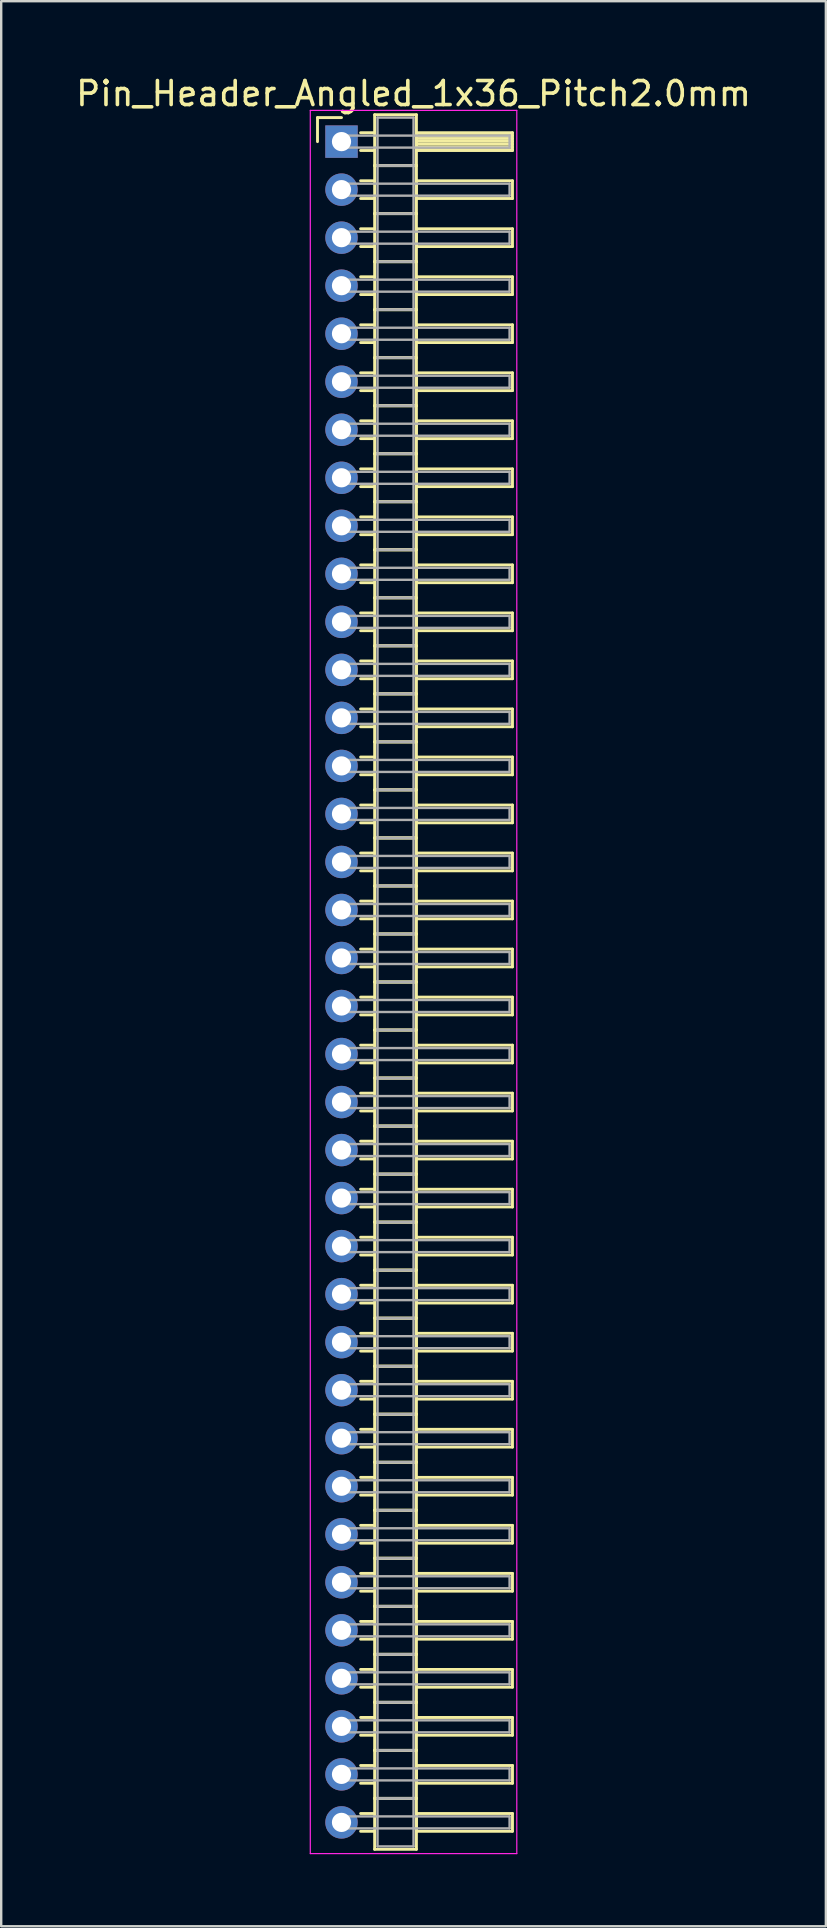
<source format=kicad_pcb>
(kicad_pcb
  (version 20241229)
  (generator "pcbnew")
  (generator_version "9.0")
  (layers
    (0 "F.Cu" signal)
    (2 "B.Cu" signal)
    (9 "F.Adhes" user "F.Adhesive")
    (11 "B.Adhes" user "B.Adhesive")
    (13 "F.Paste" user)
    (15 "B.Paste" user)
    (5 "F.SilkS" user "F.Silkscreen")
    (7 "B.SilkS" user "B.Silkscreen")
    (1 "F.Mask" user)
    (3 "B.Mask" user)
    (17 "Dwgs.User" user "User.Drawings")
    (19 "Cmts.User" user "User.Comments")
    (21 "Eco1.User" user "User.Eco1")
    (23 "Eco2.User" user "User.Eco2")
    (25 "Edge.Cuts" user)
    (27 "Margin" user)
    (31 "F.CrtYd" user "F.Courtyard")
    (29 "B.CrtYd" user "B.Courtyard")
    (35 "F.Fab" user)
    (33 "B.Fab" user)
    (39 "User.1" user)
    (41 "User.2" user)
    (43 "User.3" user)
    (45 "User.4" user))
  (footprint "Pin_Header_Angled_1x36_Pitch2.0mm"
    (layer "F.Cu")
    (at 11.173 2.848)
    (property "Reference" "Pin_Header_Angled_1x36_Pitch2.0mm" (at 3 -2 0) (layer "F.SilkS") (effects (font (size 1 1) (thickness 0.15))))
    (attr through_hole)
    (fp_line (start -1 -1) (end 0 -1) (stroke (width 0.12) (type solid)) (layer "F.SilkS"))
    (fp_line (start -1 0) (end -1 -1) (stroke (width 0.12) (type solid)) (layer "F.SilkS"))
    (fp_line (start 0.795 -0.37) (end 1.38 -0.37) (stroke (width 0.12) (type solid)) (layer "F.SilkS"))
    (fp_line (start 0.795 0.37) (end 1.38 0.37) (stroke (width 0.12) (type solid)) (layer "F.SilkS"))
    (fp_line (start 0.795 1.63) (end 1.38 1.63) (stroke (width 0.12) (type solid)) (layer "F.SilkS"))
    (fp_line (start 0.795 2.37) (end 1.38 2.37) (stroke (width 0.12) (type solid)) (layer "F.SilkS"))
    (fp_line (start 0.795 3.63) (end 1.38 3.63) (stroke (width 0.12) (type solid)) (layer "F.SilkS"))
    (fp_line (start 0.795 4.37) (end 1.38 4.37) (stroke (width 0.12) (type solid)) (layer "F.SilkS"))
    (fp_line (start 0.795 5.63) (end 1.38 5.63) (stroke (width 0.12) (type solid)) (layer "F.SilkS"))
    (fp_line (start 0.795 6.37) (end 1.38 6.37) (stroke (width 0.12) (type solid)) (layer "F.SilkS"))
    (fp_line (start 0.795 7.63) (end 1.38 7.63) (stroke (width 0.12) (type solid)) (layer "F.SilkS"))
    (fp_line (start 0.795 8.37) (end 1.38 8.37) (stroke (width 0.12) (type solid)) (layer "F.SilkS"))
    (fp_line (start 0.795 9.63) (end 1.38 9.63) (stroke (width 0.12) (type solid)) (layer "F.SilkS"))
    (fp_line (start 0.795 10.37) (end 1.38 10.37) (stroke (width 0.12) (type solid)) (layer "F.SilkS"))
    (fp_line (start 0.795 11.63) (end 1.38 11.63) (stroke (width 0.12) (type solid)) (layer "F.SilkS"))
    (fp_line (start 0.795 12.37) (end 1.38 12.37) (stroke (width 0.12) (type solid)) (layer "F.SilkS"))
    (fp_line (start 0.795 13.63) (end 1.38 13.63) (stroke (width 0.12) (type solid)) (layer "F.SilkS"))
    (fp_line (start 0.795 14.37) (end 1.38 14.37) (stroke (width 0.12) (type solid)) (layer "F.SilkS"))
    (fp_line (start 0.795 15.63) (end 1.38 15.63) (stroke (width 0.12) (type solid)) (layer "F.SilkS"))
    (fp_line (start 0.795 16.37) (end 1.38 16.37) (stroke (width 0.12) (type solid)) (layer "F.SilkS"))
    (fp_line (start 0.795 17.63) (end 1.38 17.63) (stroke (width 0.12) (type solid)) (layer "F.SilkS"))
    (fp_line (start 0.795 18.37) (end 1.38 18.37) (stroke (width 0.12) (type solid)) (layer "F.SilkS"))
    (fp_line (start 0.795 19.63) (end 1.38 19.63) (stroke (width 0.12) (type solid)) (layer "F.SilkS"))
    (fp_line (start 0.795 20.37) (end 1.38 20.37) (stroke (width 0.12) (type solid)) (layer "F.SilkS"))
    (fp_line (start 0.795 21.63) (end 1.38 21.63) (stroke (width 0.12) (type solid)) (layer "F.SilkS"))
    (fp_line (start 0.795 22.37) (end 1.38 22.37) (stroke (width 0.12) (type solid)) (layer "F.SilkS"))
    (fp_line (start 0.795 23.63) (end 1.38 23.63) (stroke (width 0.12) (type solid)) (layer "F.SilkS"))
    (fp_line (start 0.795 24.37) (end 1.38 24.37) (stroke (width 0.12) (type solid)) (layer "F.SilkS"))
    (fp_line (start 0.795 25.63) (end 1.38 25.63) (stroke (width 0.12) (type solid)) (layer "F.SilkS"))
    (fp_line (start 0.795 26.37) (end 1.38 26.37) (stroke (width 0.12) (type solid)) (layer "F.SilkS"))
    (fp_line (start 0.795 27.63) (end 1.38 27.63) (stroke (width 0.12) (type solid)) (layer "F.SilkS"))
    (fp_line (start 0.795 28.37) (end 1.38 28.37) (stroke (width 0.12) (type solid)) (layer "F.SilkS"))
    (fp_line (start 0.795 29.63) (end 1.38 29.63) (stroke (width 0.12) (type solid)) (layer "F.SilkS"))
    (fp_line (start 0.795 30.37) (end 1.38 30.37) (stroke (width 0.12) (type solid)) (layer "F.SilkS"))
    (fp_line (start 0.795 31.63) (end 1.38 31.63) (stroke (width 0.12) (type solid)) (layer "F.SilkS"))
    (fp_line (start 0.795 32.37) (end 1.38 32.37) (stroke (width 0.12) (type solid)) (layer "F.SilkS"))
    (fp_line (start 0.795 33.63) (end 1.38 33.63) (stroke (width 0.12) (type solid)) (layer "F.SilkS"))
    (fp_line (start 0.795 34.37) (end 1.38 34.37) (stroke (width 0.12) (type solid)) (layer "F.SilkS"))
    (fp_line (start 0.795 35.63) (end 1.38 35.63) (stroke (width 0.12) (type solid)) (layer "F.SilkS"))
    (fp_line (start 0.795 36.37) (end 1.38 36.37) (stroke (width 0.12) (type solid)) (layer "F.SilkS"))
    (fp_line (start 0.795 37.63) (end 1.38 37.63) (stroke (width 0.12) (type solid)) (layer "F.SilkS"))
    (fp_line (start 0.795 38.37) (end 1.38 38.37) (stroke (width 0.12) (type solid)) (layer "F.SilkS"))
    (fp_line (start 0.795 39.63) (end 1.38 39.63) (stroke (width 0.12) (type solid)) (layer "F.SilkS"))
    (fp_line (start 0.795 40.37) (end 1.38 40.37) (stroke (width 0.12) (type solid)) (layer "F.SilkS"))
    (fp_line (start 0.795 41.63) (end 1.38 41.63) (stroke (width 0.12) (type solid)) (layer "F.SilkS"))
    (fp_line (start 0.795 42.37) (end 1.38 42.37) (stroke (width 0.12) (type solid)) (layer "F.SilkS"))
    (fp_line (start 0.795 43.63) (end 1.38 43.63) (stroke (width 0.12) (type solid)) (layer "F.SilkS"))
    (fp_line (start 0.795 44.37) (end 1.38 44.37) (stroke (width 0.12) (type solid)) (layer "F.SilkS"))
    (fp_line (start 0.795 45.63) (end 1.38 45.63) (stroke (width 0.12) (type solid)) (layer "F.SilkS"))
    (fp_line (start 0.795 46.37) (end 1.38 46.37) (stroke (width 0.12) (type solid)) (layer "F.SilkS"))
    (fp_line (start 0.795 47.63) (end 1.38 47.63) (stroke (width 0.12) (type solid)) (layer "F.SilkS"))
    (fp_line (start 0.795 48.37) (end 1.38 48.37) (stroke (width 0.12) (type solid)) (layer "F.SilkS"))
    (fp_line (start 0.795 49.63) (end 1.38 49.63) (stroke (width 0.12) (type solid)) (layer "F.SilkS"))
    (fp_line (start 0.795 50.37) (end 1.38 50.37) (stroke (width 0.12) (type solid)) (layer "F.SilkS"))
    (fp_line (start 0.795 51.63) (end 1.38 51.63) (stroke (width 0.12) (type solid)) (layer "F.SilkS"))
    (fp_line (start 0.795 52.37) (end 1.38 52.37) (stroke (width 0.12) (type solid)) (layer "F.SilkS"))
    (fp_line (start 0.795 53.63) (end 1.38 53.63) (stroke (width 0.12) (type solid)) (layer "F.SilkS"))
    (fp_line (start 0.795 54.37) (end 1.38 54.37) (stroke (width 0.12) (type solid)) (layer "F.SilkS"))
    (fp_line (start 0.795 55.63) (end 1.38 55.63) (stroke (width 0.12) (type solid)) (layer "F.SilkS"))
    (fp_line (start 0.795 56.37) (end 1.38 56.37) (stroke (width 0.12) (type solid)) (layer "F.SilkS"))
    (fp_line (start 0.795 57.63) (end 1.38 57.63) (stroke (width 0.12) (type solid)) (layer "F.SilkS"))
    (fp_line (start 0.795 58.37) (end 1.38 58.37) (stroke (width 0.12) (type solid)) (layer "F.SilkS"))
    (fp_line (start 0.795 59.63) (end 1.38 59.63) (stroke (width 0.12) (type solid)) (layer "F.SilkS"))
    (fp_line (start 0.795 60.37) (end 1.38 60.37) (stroke (width 0.12) (type solid)) (layer "F.SilkS"))
    (fp_line (start 0.795 61.63) (end 1.38 61.63) (stroke (width 0.12) (type solid)) (layer "F.SilkS"))
    (fp_line (start 0.795 62.37) (end 1.38 62.37) (stroke (width 0.12) (type solid)) (layer "F.SilkS"))
    (fp_line (start 0.795 63.63) (end 1.38 63.63) (stroke (width 0.12) (type solid)) (layer "F.SilkS"))
    (fp_line (start 0.795 64.37) (end 1.38 64.37) (stroke (width 0.12) (type solid)) (layer "F.SilkS"))
    (fp_line (start 0.795 65.63) (end 1.38 65.63) (stroke (width 0.12) (type solid)) (layer "F.SilkS"))
    (fp_line (start 0.795 66.37) (end 1.38 66.37) (stroke (width 0.12) (type solid)) (layer "F.SilkS"))
    (fp_line (start 0.795 67.63) (end 1.38 67.63) (stroke (width 0.12) (type solid)) (layer "F.SilkS"))
    (fp_line (start 0.795 68.37) (end 1.38 68.37) (stroke (width 0.12) (type solid)) (layer "F.SilkS"))
    (fp_line (start 0.795 69.63) (end 1.38 69.63) (stroke (width 0.12) (type solid)) (layer "F.SilkS"))
    (fp_line (start 0.795 70.37) (end 1.38 70.37) (stroke (width 0.12) (type solid)) (layer "F.SilkS"))
    (fp_line (start 1.38 -1.12) (end 1.38 1) (stroke (width 0.12) (type solid)) (layer "F.SilkS"))
    (fp_line (start 1.38 1) (end 1.38 3) (stroke (width 0.12) (type solid)) (layer "F.SilkS"))
    (fp_line (start 1.38 1) (end 3.12 1) (stroke (width 0.12) (type solid)) (layer "F.SilkS"))
    (fp_line (start 1.38 3) (end 1.38 5) (stroke (width 0.12) (type solid)) (layer "F.SilkS"))
    (fp_line (start 1.38 3) (end 3.12 3) (stroke (width 0.12) (type solid)) (layer "F.SilkS"))
    (fp_line (start 1.38 5) (end 1.38 7) (stroke (width 0.12) (type solid)) (layer "F.SilkS"))
    (fp_line (start 1.38 5) (end 3.12 5) (stroke (width 0.12) (type solid)) (layer "F.SilkS"))
    (fp_line (start 1.38 7) (end 1.38 9) (stroke (width 0.12) (type solid)) (layer "F.SilkS"))
    (fp_line (start 1.38 7) (end 3.12 7) (stroke (width 0.12) (type solid)) (layer "F.SilkS"))
    (fp_line (start 1.38 9) (end 1.38 11) (stroke (width 0.12) (type solid)) (layer "F.SilkS"))
    (fp_line (start 1.38 9) (end 3.12 9) (stroke (width 0.12) (type solid)) (layer "F.SilkS"))
    (fp_line (start 1.38 11) (end 1.38 13) (stroke (width 0.12) (type solid)) (layer "F.SilkS"))
    (fp_line (start 1.38 11) (end 3.12 11) (stroke (width 0.12) (type solid)) (layer "F.SilkS"))
    (fp_line (start 1.38 13) (end 1.38 15) (stroke (width 0.12) (type solid)) (layer "F.SilkS"))
    (fp_line (start 1.38 13) (end 3.12 13) (stroke (width 0.12) (type solid)) (layer "F.SilkS"))
    (fp_line (start 1.38 15) (end 1.38 17) (stroke (width 0.12) (type solid)) (layer "F.SilkS"))
    (fp_line (start 1.38 15) (end 3.12 15) (stroke (width 0.12) (type solid)) (layer "F.SilkS"))
    (fp_line (start 1.38 17) (end 1.38 19) (stroke (width 0.12) (type solid)) (layer "F.SilkS"))
    (fp_line (start 1.38 17) (end 3.12 17) (stroke (width 0.12) (type solid)) (layer "F.SilkS"))
    (fp_line (start 1.38 19) (end 1.38 21) (stroke (width 0.12) (type solid)) (layer "F.SilkS"))
    (fp_line (start 1.38 19) (end 3.12 19) (stroke (width 0.12) (type solid)) (layer "F.SilkS"))
    (fp_line (start 1.38 21) (end 1.38 23) (stroke (width 0.12) (type solid)) (layer "F.SilkS"))
    (fp_line (start 1.38 21) (end 3.12 21) (stroke (width 0.12) (type solid)) (layer "F.SilkS"))
    (fp_line (start 1.38 23) (end 1.38 25) (stroke (width 0.12) (type solid)) (layer "F.SilkS"))
    (fp_line (start 1.38 23) (end 3.12 23) (stroke (width 0.12) (type solid)) (layer "F.SilkS"))
    (fp_line (start 1.38 25) (end 1.38 27) (stroke (width 0.12) (type solid)) (layer "F.SilkS"))
    (fp_line (start 1.38 25) (end 3.12 25) (stroke (width 0.12) (type solid)) (layer "F.SilkS"))
    (fp_line (start 1.38 27) (end 1.38 29) (stroke (width 0.12) (type solid)) (layer "F.SilkS"))
    (fp_line (start 1.38 27) (end 3.12 27) (stroke (width 0.12) (type solid)) (layer "F.SilkS"))
    (fp_line (start 1.38 29) (end 1.38 31) (stroke (width 0.12) (type solid)) (layer "F.SilkS"))
    (fp_line (start 1.38 29) (end 3.12 29) (stroke (width 0.12) (type solid)) (layer "F.SilkS"))
    (fp_line (start 1.38 31) (end 1.38 33) (stroke (width 0.12) (type solid)) (layer "F.SilkS"))
    (fp_line (start 1.38 31) (end 3.12 31) (stroke (width 0.12) (type solid)) (layer "F.SilkS"))
    (fp_line (start 1.38 33) (end 1.38 35) (stroke (width 0.12) (type solid)) (layer "F.SilkS"))
    (fp_line (start 1.38 33) (end 3.12 33) (stroke (width 0.12) (type solid)) (layer "F.SilkS"))
    (fp_line (start 1.38 35) (end 1.38 37) (stroke (width 0.12) (type solid)) (layer "F.SilkS"))
    (fp_line (start 1.38 35) (end 3.12 35) (stroke (width 0.12) (type solid)) (layer "F.SilkS"))
    (fp_line (start 1.38 37) (end 1.38 39) (stroke (width 0.12) (type solid)) (layer "F.SilkS"))
    (fp_line (start 1.38 37) (end 3.12 37) (stroke (width 0.12) (type solid)) (layer "F.SilkS"))
    (fp_line (start 1.38 39) (end 1.38 41) (stroke (width 0.12) (type solid)) (layer "F.SilkS"))
    (fp_line (start 1.38 39) (end 3.12 39) (stroke (width 0.12) (type solid)) (layer "F.SilkS"))
    (fp_line (start 1.38 41) (end 1.38 43) (stroke (width 0.12) (type solid)) (layer "F.SilkS"))
    (fp_line (start 1.38 41) (end 3.12 41) (stroke (width 0.12) (type solid)) (layer "F.SilkS"))
    (fp_line (start 1.38 43) (end 1.38 45) (stroke (width 0.12) (type solid)) (layer "F.SilkS"))
    (fp_line (start 1.38 43) (end 3.12 43) (stroke (width 0.12) (type solid)) (layer "F.SilkS"))
    (fp_line (start 1.38 45) (end 1.38 47) (stroke (width 0.12) (type solid)) (layer "F.SilkS"))
    (fp_line (start 1.38 45) (end 3.12 45) (stroke (width 0.12) (type solid)) (layer "F.SilkS"))
    (fp_line (start 1.38 47) (end 1.38 49) (stroke (width 0.12) (type solid)) (layer "F.SilkS"))
    (fp_line (start 1.38 47) (end 3.12 47) (stroke (width 0.12) (type solid)) (layer "F.SilkS"))
    (fp_line (start 1.38 49) (end 1.38 51) (stroke (width 0.12) (type solid)) (layer "F.SilkS"))
    (fp_line (start 1.38 49) (end 3.12 49) (stroke (width 0.12) (type solid)) (layer "F.SilkS"))
    (fp_line (start 1.38 51) (end 1.38 53) (stroke (width 0.12) (type solid)) (layer "F.SilkS"))
    (fp_line (start 1.38 51) (end 3.12 51) (stroke (width 0.12) (type solid)) (layer "F.SilkS"))
    (fp_line (start 1.38 53) (end 1.38 55) (stroke (width 0.12) (type solid)) (layer "F.SilkS"))
    (fp_line (start 1.38 53) (end 3.12 53) (stroke (width 0.12) (type solid)) (layer "F.SilkS"))
    (fp_line (start 1.38 55) (end 1.38 57) (stroke (width 0.12) (type solid)) (layer "F.SilkS"))
    (fp_line (start 1.38 55) (end 3.12 55) (stroke (width 0.12) (type solid)) (layer "F.SilkS"))
    (fp_line (start 1.38 57) (end 1.38 59) (stroke (width 0.12) (type solid)) (layer "F.SilkS"))
    (fp_line (start 1.38 57) (end 3.12 57) (stroke (width 0.12) (type solid)) (layer "F.SilkS"))
    (fp_line (start 1.38 59) (end 1.38 61) (stroke (width 0.12) (type solid)) (layer "F.SilkS"))
    (fp_line (start 1.38 59) (end 3.12 59) (stroke (width 0.12) (type solid)) (layer "F.SilkS"))
    (fp_line (start 1.38 61) (end 1.38 63) (stroke (width 0.12) (type solid)) (layer "F.SilkS"))
    (fp_line (start 1.38 61) (end 3.12 61) (stroke (width 0.12) (type solid)) (layer "F.SilkS"))
    (fp_line (start 1.38 63) (end 1.38 65) (stroke (width 0.12) (type solid)) (layer "F.SilkS"))
    (fp_line (start 1.38 63) (end 3.12 63) (stroke (width 0.12) (type solid)) (layer "F.SilkS"))
    (fp_line (start 1.38 65) (end 1.38 67) (stroke (width 0.12) (type solid)) (layer "F.SilkS"))
    (fp_line (start 1.38 65) (end 3.12 65) (stroke (width 0.12) (type solid)) (layer "F.SilkS"))
    (fp_line (start 1.38 67) (end 1.38 69) (stroke (width 0.12) (type solid)) (layer "F.SilkS"))
    (fp_line (start 1.38 67) (end 3.12 67) (stroke (width 0.12) (type solid)) (layer "F.SilkS"))
    (fp_line (start 1.38 69) (end 1.38 71.12) (stroke (width 0.12) (type solid)) (layer "F.SilkS"))
    (fp_line (start 1.38 69) (end 3.12 69) (stroke (width 0.12) (type solid)) (layer "F.SilkS"))
    (fp_line (start 1.38 71.12) (end 3.12 71.12) (stroke (width 0.12) (type solid)) (layer "F.SilkS"))
    (fp_line (start 3.12 -1.12) (end 1.38 -1.12) (stroke (width 0.12) (type solid)) (layer "F.SilkS"))
    (fp_line (start 3.12 -0.37) (end 3.12 0.37) (stroke (width 0.12) (type solid)) (layer "F.SilkS"))
    (fp_line (start 3.12 -0.25) (end 7.12 -0.25) (stroke (width 0.12) (type solid)) (layer "F.SilkS"))
    (fp_line (start 3.12 -0.13) (end 7.12 -0.13) (stroke (width 0.12) (type solid)) (layer "F.SilkS"))
    (fp_line (start 3.12 -0.01) (end 7.12 -0.01) (stroke (width 0.12) (type solid)) (layer "F.SilkS"))
    (fp_line (start 3.12 0.11) (end 7.12 0.11) (stroke (width 0.12) (type solid)) (layer "F.SilkS"))
    (fp_line (start 3.12 0.23) (end 7.12 0.23) (stroke (width 0.12) (type solid)) (layer "F.SilkS"))
    (fp_line (start 3.12 0.35) (end 7.12 0.35) (stroke (width 0.12) (type solid)) (layer "F.SilkS"))
    (fp_line (start 3.12 0.37) (end 7.12 0.37) (stroke (width 0.12) (type solid)) (layer "F.SilkS"))
    (fp_line (start 3.12 1) (end 1.38 1) (stroke (width 0.12) (type solid)) (layer "F.SilkS"))
    (fp_line (start 3.12 1) (end 3.12 -1.12) (stroke (width 0.12) (type solid)) (layer "F.SilkS"))
    (fp_line (start 3.12 1.63) (end 3.12 2.37) (stroke (width 0.12) (type solid)) (layer "F.SilkS"))
    (fp_line (start 3.12 2.37) (end 7.12 2.37) (stroke (width 0.12) (type solid)) (layer "F.SilkS"))
    (fp_line (start 3.12 3) (end 1.38 3) (stroke (width 0.12) (type solid)) (layer "F.SilkS"))
    (fp_line (start 3.12 3) (end 3.12 1) (stroke (width 0.12) (type solid)) (layer "F.SilkS"))
    (fp_line (start 3.12 3.63) (end 3.12 4.37) (stroke (width 0.12) (type solid)) (layer "F.SilkS"))
    (fp_line (start 3.12 4.37) (end 7.12 4.37) (stroke (width 0.12) (type solid)) (layer "F.SilkS"))
    (fp_line (start 3.12 5) (end 1.38 5) (stroke (width 0.12) (type solid)) (layer "F.SilkS"))
    (fp_line (start 3.12 5) (end 3.12 3) (stroke (width 0.12) (type solid)) (layer "F.SilkS"))
    (fp_line (start 3.12 5.63) (end 3.12 6.37) (stroke (width 0.12) (type solid)) (layer "F.SilkS"))
    (fp_line (start 3.12 6.37) (end 7.12 6.37) (stroke (width 0.12) (type solid)) (layer "F.SilkS"))
    (fp_line (start 3.12 7) (end 1.38 7) (stroke (width 0.12) (type solid)) (layer "F.SilkS"))
    (fp_line (start 3.12 7) (end 3.12 5) (stroke (width 0.12) (type solid)) (layer "F.SilkS"))
    (fp_line (start 3.12 7.63) (end 3.12 8.37) (stroke (width 0.12) (type solid)) (layer "F.SilkS"))
    (fp_line (start 3.12 8.37) (end 7.12 8.37) (stroke (width 0.12) (type solid)) (layer "F.SilkS"))
    (fp_line (start 3.12 9) (end 1.38 9) (stroke (width 0.12) (type solid)) (layer "F.SilkS"))
    (fp_line (start 3.12 9) (end 3.12 7) (stroke (width 0.12) (type solid)) (layer "F.SilkS"))
    (fp_line (start 3.12 9.63) (end 3.12 10.37) (stroke (width 0.12) (type solid)) (layer "F.SilkS"))
    (fp_line (start 3.12 10.37) (end 7.12 10.37) (stroke (width 0.12) (type solid)) (layer "F.SilkS"))
    (fp_line (start 3.12 11) (end 1.38 11) (stroke (width 0.12) (type solid)) (layer "F.SilkS"))
    (fp_line (start 3.12 11) (end 3.12 9) (stroke (width 0.12) (type solid)) (layer "F.SilkS"))
    (fp_line (start 3.12 11.63) (end 3.12 12.37) (stroke (width 0.12) (type solid)) (layer "F.SilkS"))
    (fp_line (start 3.12 12.37) (end 7.12 12.37) (stroke (width 0.12) (type solid)) (layer "F.SilkS"))
    (fp_line (start 3.12 13) (end 1.38 13) (stroke (width 0.12) (type solid)) (layer "F.SilkS"))
    (fp_line (start 3.12 13) (end 3.12 11) (stroke (width 0.12) (type solid)) (layer "F.SilkS"))
    (fp_line (start 3.12 13.63) (end 3.12 14.37) (stroke (width 0.12) (type solid)) (layer "F.SilkS"))
    (fp_line (start 3.12 14.37) (end 7.12 14.37) (stroke (width 0.12) (type solid)) (layer "F.SilkS"))
    (fp_line (start 3.12 15) (end 1.38 15) (stroke (width 0.12) (type solid)) (layer "F.SilkS"))
    (fp_line (start 3.12 15) (end 3.12 13) (stroke (width 0.12) (type solid)) (layer "F.SilkS"))
    (fp_line (start 3.12 15.63) (end 3.12 16.37) (stroke (width 0.12) (type solid)) (layer "F.SilkS"))
    (fp_line (start 3.12 16.37) (end 7.12 16.37) (stroke (width 0.12) (type solid)) (layer "F.SilkS"))
    (fp_line (start 3.12 17) (end 1.38 17) (stroke (width 0.12) (type solid)) (layer "F.SilkS"))
    (fp_line (start 3.12 17) (end 3.12 15) (stroke (width 0.12) (type solid)) (layer "F.SilkS"))
    (fp_line (start 3.12 17.63) (end 3.12 18.37) (stroke (width 0.12) (type solid)) (layer "F.SilkS"))
    (fp_line (start 3.12 18.37) (end 7.12 18.37) (stroke (width 0.12) (type solid)) (layer "F.SilkS"))
    (fp_line (start 3.12 19) (end 1.38 19) (stroke (width 0.12) (type solid)) (layer "F.SilkS"))
    (fp_line (start 3.12 19) (end 3.12 17) (stroke (width 0.12) (type solid)) (layer "F.SilkS"))
    (fp_line (start 3.12 19.63) (end 3.12 20.37) (stroke (width 0.12) (type solid)) (layer "F.SilkS"))
    (fp_line (start 3.12 20.37) (end 7.12 20.37) (stroke (width 0.12) (type solid)) (layer "F.SilkS"))
    (fp_line (start 3.12 21) (end 1.38 21) (stroke (width 0.12) (type solid)) (layer "F.SilkS"))
    (fp_line (start 3.12 21) (end 3.12 19) (stroke (width 0.12) (type solid)) (layer "F.SilkS"))
    (fp_line (start 3.12 21.63) (end 3.12 22.37) (stroke (width 0.12) (type solid)) (layer "F.SilkS"))
    (fp_line (start 3.12 22.37) (end 7.12 22.37) (stroke (width 0.12) (type solid)) (layer "F.SilkS"))
    (fp_line (start 3.12 23) (end 1.38 23) (stroke (width 0.12) (type solid)) (layer "F.SilkS"))
    (fp_line (start 3.12 23) (end 3.12 21) (stroke (width 0.12) (type solid)) (layer "F.SilkS"))
    (fp_line (start 3.12 23.63) (end 3.12 24.37) (stroke (width 0.12) (type solid)) (layer "F.SilkS"))
    (fp_line (start 3.12 24.37) (end 7.12 24.37) (stroke (width 0.12) (type solid)) (layer "F.SilkS"))
    (fp_line (start 3.12 25) (end 1.38 25) (stroke (width 0.12) (type solid)) (layer "F.SilkS"))
    (fp_line (start 3.12 25) (end 3.12 23) (stroke (width 0.12) (type solid)) (layer "F.SilkS"))
    (fp_line (start 3.12 25.63) (end 3.12 26.37) (stroke (width 0.12) (type solid)) (layer "F.SilkS"))
    (fp_line (start 3.12 26.37) (end 7.12 26.37) (stroke (width 0.12) (type solid)) (layer "F.SilkS"))
    (fp_line (start 3.12 27) (end 1.38 27) (stroke (width 0.12) (type solid)) (layer "F.SilkS"))
    (fp_line (start 3.12 27) (end 3.12 25) (stroke (width 0.12) (type solid)) (layer "F.SilkS"))
    (fp_line (start 3.12 27.63) (end 3.12 28.37) (stroke (width 0.12) (type solid)) (layer "F.SilkS"))
    (fp_line (start 3.12 28.37) (end 7.12 28.37) (stroke (width 0.12) (type solid)) (layer "F.SilkS"))
    (fp_line (start 3.12 29) (end 1.38 29) (stroke (width 0.12) (type solid)) (layer "F.SilkS"))
    (fp_line (start 3.12 29) (end 3.12 27) (stroke (width 0.12) (type solid)) (layer "F.SilkS"))
    (fp_line (start 3.12 29.63) (end 3.12 30.37) (stroke (width 0.12) (type solid)) (layer "F.SilkS"))
    (fp_line (start 3.12 30.37) (end 7.12 30.37) (stroke (width 0.12) (type solid)) (layer "F.SilkS"))
    (fp_line (start 3.12 31) (end 1.38 31) (stroke (width 0.12) (type solid)) (layer "F.SilkS"))
    (fp_line (start 3.12 31) (end 3.12 29) (stroke (width 0.12) (type solid)) (layer "F.SilkS"))
    (fp_line (start 3.12 31.63) (end 3.12 32.37) (stroke (width 0.12) (type solid)) (layer "F.SilkS"))
    (fp_line (start 3.12 32.37) (end 7.12 32.37) (stroke (width 0.12) (type solid)) (layer "F.SilkS"))
    (fp_line (start 3.12 33) (end 1.38 33) (stroke (width 0.12) (type solid)) (layer "F.SilkS"))
    (fp_line (start 3.12 33) (end 3.12 31) (stroke (width 0.12) (type solid)) (layer "F.SilkS"))
    (fp_line (start 3.12 33.63) (end 3.12 34.37) (stroke (width 0.12) (type solid)) (layer "F.SilkS"))
    (fp_line (start 3.12 34.37) (end 7.12 34.37) (stroke (width 0.12) (type solid)) (layer "F.SilkS"))
    (fp_line (start 3.12 35) (end 1.38 35) (stroke (width 0.12) (type solid)) (layer "F.SilkS"))
    (fp_line (start 3.12 35) (end 3.12 33) (stroke (width 0.12) (type solid)) (layer "F.SilkS"))
    (fp_line (start 3.12 35.63) (end 3.12 36.37) (stroke (width 0.12) (type solid)) (layer "F.SilkS"))
    (fp_line (start 3.12 36.37) (end 7.12 36.37) (stroke (width 0.12) (type solid)) (layer "F.SilkS"))
    (fp_line (start 3.12 37) (end 1.38 37) (stroke (width 0.12) (type solid)) (layer "F.SilkS"))
    (fp_line (start 3.12 37) (end 3.12 35) (stroke (width 0.12) (type solid)) (layer "F.SilkS"))
    (fp_line (start 3.12 37.63) (end 3.12 38.37) (stroke (width 0.12) (type solid)) (layer "F.SilkS"))
    (fp_line (start 3.12 38.37) (end 7.12 38.37) (stroke (width 0.12) (type solid)) (layer "F.SilkS"))
    (fp_line (start 3.12 39) (end 1.38 39) (stroke (width 0.12) (type solid)) (layer "F.SilkS"))
    (fp_line (start 3.12 39) (end 3.12 37) (stroke (width 0.12) (type solid)) (layer "F.SilkS"))
    (fp_line (start 3.12 39.63) (end 3.12 40.37) (stroke (width 0.12) (type solid)) (layer "F.SilkS"))
    (fp_line (start 3.12 40.37) (end 7.12 40.37) (stroke (width 0.12) (type solid)) (layer "F.SilkS"))
    (fp_line (start 3.12 41) (end 1.38 41) (stroke (width 0.12) (type solid)) (layer "F.SilkS"))
    (fp_line (start 3.12 41) (end 3.12 39) (stroke (width 0.12) (type solid)) (layer "F.SilkS"))
    (fp_line (start 3.12 41.63) (end 3.12 42.37) (stroke (width 0.12) (type solid)) (layer "F.SilkS"))
    (fp_line (start 3.12 42.37) (end 7.12 42.37) (stroke (width 0.12) (type solid)) (layer "F.SilkS"))
    (fp_line (start 3.12 43) (end 1.38 43) (stroke (width 0.12) (type solid)) (layer "F.SilkS"))
    (fp_line (start 3.12 43) (end 3.12 41) (stroke (width 0.12) (type solid)) (layer "F.SilkS"))
    (fp_line (start 3.12 43.63) (end 3.12 44.37) (stroke (width 0.12) (type solid)) (layer "F.SilkS"))
    (fp_line (start 3.12 44.37) (end 7.12 44.37) (stroke (width 0.12) (type solid)) (layer "F.SilkS"))
    (fp_line (start 3.12 45) (end 1.38 45) (stroke (width 0.12) (type solid)) (layer "F.SilkS"))
    (fp_line (start 3.12 45) (end 3.12 43) (stroke (width 0.12) (type solid)) (layer "F.SilkS"))
    (fp_line (start 3.12 45.63) (end 3.12 46.37) (stroke (width 0.12) (type solid)) (layer "F.SilkS"))
    (fp_line (start 3.12 46.37) (end 7.12 46.37) (stroke (width 0.12) (type solid)) (layer "F.SilkS"))
    (fp_line (start 3.12 47) (end 1.38 47) (stroke (width 0.12) (type solid)) (layer "F.SilkS"))
    (fp_line (start 3.12 47) (end 3.12 45) (stroke (width 0.12) (type solid)) (layer "F.SilkS"))
    (fp_line (start 3.12 47.63) (end 3.12 48.37) (stroke (width 0.12) (type solid)) (layer "F.SilkS"))
    (fp_line (start 3.12 48.37) (end 7.12 48.37) (stroke (width 0.12) (type solid)) (layer "F.SilkS"))
    (fp_line (start 3.12 49) (end 1.38 49) (stroke (width 0.12) (type solid)) (layer "F.SilkS"))
    (fp_line (start 3.12 49) (end 3.12 47) (stroke (width 0.12) (type solid)) (layer "F.SilkS"))
    (fp_line (start 3.12 49.63) (end 3.12 50.37) (stroke (width 0.12) (type solid)) (layer "F.SilkS"))
    (fp_line (start 3.12 50.37) (end 7.12 50.37) (stroke (width 0.12) (type solid)) (layer "F.SilkS"))
    (fp_line (start 3.12 51) (end 1.38 51) (stroke (width 0.12) (type solid)) (layer "F.SilkS"))
    (fp_line (start 3.12 51) (end 3.12 49) (stroke (width 0.12) (type solid)) (layer "F.SilkS"))
    (fp_line (start 3.12 51.63) (end 3.12 52.37) (stroke (width 0.12) (type solid)) (layer "F.SilkS"))
    (fp_line (start 3.12 52.37) (end 7.12 52.37) (stroke (width 0.12) (type solid)) (layer "F.SilkS"))
    (fp_line (start 3.12 53) (end 1.38 53) (stroke (width 0.12) (type solid)) (layer "F.SilkS"))
    (fp_line (start 3.12 53) (end 3.12 51) (stroke (width 0.12) (type solid)) (layer "F.SilkS"))
    (fp_line (start 3.12 53.63) (end 3.12 54.37) (stroke (width 0.12) (type solid)) (layer "F.SilkS"))
    (fp_line (start 3.12 54.37) (end 7.12 54.37) (stroke (width 0.12) (type solid)) (layer "F.SilkS"))
    (fp_line (start 3.12 55) (end 1.38 55) (stroke (width 0.12) (type solid)) (layer "F.SilkS"))
    (fp_line (start 3.12 55) (end 3.12 53) (stroke (width 0.12) (type solid)) (layer "F.SilkS"))
    (fp_line (start 3.12 55.63) (end 3.12 56.37) (stroke (width 0.12) (type solid)) (layer "F.SilkS"))
    (fp_line (start 3.12 56.37) (end 7.12 56.37) (stroke (width 0.12) (type solid)) (layer "F.SilkS"))
    (fp_line (start 3.12 57) (end 1.38 57) (stroke (width 0.12) (type solid)) (layer "F.SilkS"))
    (fp_line (start 3.12 57) (end 3.12 55) (stroke (width 0.12) (type solid)) (layer "F.SilkS"))
    (fp_line (start 3.12 57.63) (end 3.12 58.37) (stroke (width 0.12) (type solid)) (layer "F.SilkS"))
    (fp_line (start 3.12 58.37) (end 7.12 58.37) (stroke (width 0.12) (type solid)) (layer "F.SilkS"))
    (fp_line (start 3.12 59) (end 1.38 59) (stroke (width 0.12) (type solid)) (layer "F.SilkS"))
    (fp_line (start 3.12 59) (end 3.12 57) (stroke (width 0.12) (type solid)) (layer "F.SilkS"))
    (fp_line (start 3.12 59.63) (end 3.12 60.37) (stroke (width 0.12) (type solid)) (layer "F.SilkS"))
    (fp_line (start 3.12 60.37) (end 7.12 60.37) (stroke (width 0.12) (type solid)) (layer "F.SilkS"))
    (fp_line (start 3.12 61) (end 1.38 61) (stroke (width 0.12) (type solid)) (layer "F.SilkS"))
    (fp_line (start 3.12 61) (end 3.12 59) (stroke (width 0.12) (type solid)) (layer "F.SilkS"))
    (fp_line (start 3.12 61.63) (end 3.12 62.37) (stroke (width 0.12) (type solid)) (layer "F.SilkS"))
    (fp_line (start 3.12 62.37) (end 7.12 62.37) (stroke (width 0.12) (type solid)) (layer "F.SilkS"))
    (fp_line (start 3.12 63) (end 1.38 63) (stroke (width 0.12) (type solid)) (layer "F.SilkS"))
    (fp_line (start 3.12 63) (end 3.12 61) (stroke (width 0.12) (type solid)) (layer "F.SilkS"))
    (fp_line (start 3.12 63.63) (end 3.12 64.37) (stroke (width 0.12) (type solid)) (layer "F.SilkS"))
    (fp_line (start 3.12 64.37) (end 7.12 64.37) (stroke (width 0.12) (type solid)) (layer "F.SilkS"))
    (fp_line (start 3.12 65) (end 1.38 65) (stroke (width 0.12) (type solid)) (layer "F.SilkS"))
    (fp_line (start 3.12 65) (end 3.12 63) (stroke (width 0.12) (type solid)) (layer "F.SilkS"))
    (fp_line (start 3.12 65.63) (end 3.12 66.37) (stroke (width 0.12) (type solid)) (layer "F.SilkS"))
    (fp_line (start 3.12 66.37) (end 7.12 66.37) (stroke (width 0.12) (type solid)) (layer "F.SilkS"))
    (fp_line (start 3.12 67) (end 1.38 67) (stroke (width 0.12) (type solid)) (layer "F.SilkS"))
    (fp_line (start 3.12 67) (end 3.12 65) (stroke (width 0.12) (type solid)) (layer "F.SilkS"))
    (fp_line (start 3.12 67.63) (end 3.12 68.37) (stroke (width 0.12) (type solid)) (layer "F.SilkS"))
    (fp_line (start 3.12 68.37) (end 7.12 68.37) (stroke (width 0.12) (type solid)) (layer "F.SilkS"))
    (fp_line (start 3.12 69) (end 1.38 69) (stroke (width 0.12) (type solid)) (layer "F.SilkS"))
    (fp_line (start 3.12 69) (end 3.12 67) (stroke (width 0.12) (type solid)) (layer "F.SilkS"))
    (fp_line (start 3.12 69.63) (end 3.12 70.37) (stroke (width 0.12) (type solid)) (layer "F.SilkS"))
    (fp_line (start 3.12 70.37) (end 7.12 70.37) (stroke (width 0.12) (type solid)) (layer "F.SilkS"))
    (fp_line (start 3.12 71.12) (end 3.12 69) (stroke (width 0.12) (type solid)) (layer "F.SilkS"))
    (fp_line (start 7.12 -0.37) (end 3.12 -0.37) (stroke (width 0.12) (type solid)) (layer "F.SilkS"))
    (fp_line (start 7.12 0.37) (end 7.12 -0.37) (stroke (width 0.12) (type solid)) (layer "F.SilkS"))
    (fp_line (start 7.12 1.63) (end 3.12 1.63) (stroke (width 0.12) (type solid)) (layer "F.SilkS"))
    (fp_line (start 7.12 2.37) (end 7.12 1.63) (stroke (width 0.12) (type solid)) (layer "F.SilkS"))
    (fp_line (start 7.12 3.63) (end 3.12 3.63) (stroke (width 0.12) (type solid)) (layer "F.SilkS"))
    (fp_line (start 7.12 4.37) (end 7.12 3.63) (stroke (width 0.12) (type solid)) (layer "F.SilkS"))
    (fp_line (start 7.12 5.63) (end 3.12 5.63) (stroke (width 0.12) (type solid)) (layer "F.SilkS"))
    (fp_line (start 7.12 6.37) (end 7.12 5.63) (stroke (width 0.12) (type solid)) (layer "F.SilkS"))
    (fp_line (start 7.12 7.63) (end 3.12 7.63) (stroke (width 0.12) (type solid)) (layer "F.SilkS"))
    (fp_line (start 7.12 8.37) (end 7.12 7.63) (stroke (width 0.12) (type solid)) (layer "F.SilkS"))
    (fp_line (start 7.12 9.63) (end 3.12 9.63) (stroke (width 0.12) (type solid)) (layer "F.SilkS"))
    (fp_line (start 7.12 10.37) (end 7.12 9.63) (stroke (width 0.12) (type solid)) (layer "F.SilkS"))
    (fp_line (start 7.12 11.63) (end 3.12 11.63) (stroke (width 0.12) (type solid)) (layer "F.SilkS"))
    (fp_line (start 7.12 12.37) (end 7.12 11.63) (stroke (width 0.12) (type solid)) (layer "F.SilkS"))
    (fp_line (start 7.12 13.63) (end 3.12 13.63) (stroke (width 0.12) (type solid)) (layer "F.SilkS"))
    (fp_line (start 7.12 14.37) (end 7.12 13.63) (stroke (width 0.12) (type solid)) (layer "F.SilkS"))
    (fp_line (start 7.12 15.63) (end 3.12 15.63) (stroke (width 0.12) (type solid)) (layer "F.SilkS"))
    (fp_line (start 7.12 16.37) (end 7.12 15.63) (stroke (width 0.12) (type solid)) (layer "F.SilkS"))
    (fp_line (start 7.12 17.63) (end 3.12 17.63) (stroke (width 0.12) (type solid)) (layer "F.SilkS"))
    (fp_line (start 7.12 18.37) (end 7.12 17.63) (stroke (width 0.12) (type solid)) (layer "F.SilkS"))
    (fp_line (start 7.12 19.63) (end 3.12 19.63) (stroke (width 0.12) (type solid)) (layer "F.SilkS"))
    (fp_line (start 7.12 20.37) (end 7.12 19.63) (stroke (width 0.12) (type solid)) (layer "F.SilkS"))
    (fp_line (start 7.12 21.63) (end 3.12 21.63) (stroke (width 0.12) (type solid)) (layer "F.SilkS"))
    (fp_line (start 7.12 22.37) (end 7.12 21.63) (stroke (width 0.12) (type solid)) (layer "F.SilkS"))
    (fp_line (start 7.12 23.63) (end 3.12 23.63) (stroke (width 0.12) (type solid)) (layer "F.SilkS"))
    (fp_line (start 7.12 24.37) (end 7.12 23.63) (stroke (width 0.12) (type solid)) (layer "F.SilkS"))
    (fp_line (start 7.12 25.63) (end 3.12 25.63) (stroke (width 0.12) (type solid)) (layer "F.SilkS"))
    (fp_line (start 7.12 26.37) (end 7.12 25.63) (stroke (width 0.12) (type solid)) (layer "F.SilkS"))
    (fp_line (start 7.12 27.63) (end 3.12 27.63) (stroke (width 0.12) (type solid)) (layer "F.SilkS"))
    (fp_line (start 7.12 28.37) (end 7.12 27.63) (stroke (width 0.12) (type solid)) (layer "F.SilkS"))
    (fp_line (start 7.12 29.63) (end 3.12 29.63) (stroke (width 0.12) (type solid)) (layer "F.SilkS"))
    (fp_line (start 7.12 30.37) (end 7.12 29.63) (stroke (width 0.12) (type solid)) (layer "F.SilkS"))
    (fp_line (start 7.12 31.63) (end 3.12 31.63) (stroke (width 0.12) (type solid)) (layer "F.SilkS"))
    (fp_line (start 7.12 32.37) (end 7.12 31.63) (stroke (width 0.12) (type solid)) (layer "F.SilkS"))
    (fp_line (start 7.12 33.63) (end 3.12 33.63) (stroke (width 0.12) (type solid)) (layer "F.SilkS"))
    (fp_line (start 7.12 34.37) (end 7.12 33.63) (stroke (width 0.12) (type solid)) (layer "F.SilkS"))
    (fp_line (start 7.12 35.63) (end 3.12 35.63) (stroke (width 0.12) (type solid)) (layer "F.SilkS"))
    (fp_line (start 7.12 36.37) (end 7.12 35.63) (stroke (width 0.12) (type solid)) (layer "F.SilkS"))
    (fp_line (start 7.12 37.63) (end 3.12 37.63) (stroke (width 0.12) (type solid)) (layer "F.SilkS"))
    (fp_line (start 7.12 38.37) (end 7.12 37.63) (stroke (width 0.12) (type solid)) (layer "F.SilkS"))
    (fp_line (start 7.12 39.63) (end 3.12 39.63) (stroke (width 0.12) (type solid)) (layer "F.SilkS"))
    (fp_line (start 7.12 40.37) (end 7.12 39.63) (stroke (width 0.12) (type solid)) (layer "F.SilkS"))
    (fp_line (start 7.12 41.63) (end 3.12 41.63) (stroke (width 0.12) (type solid)) (layer "F.SilkS"))
    (fp_line (start 7.12 42.37) (end 7.12 41.63) (stroke (width 0.12) (type solid)) (layer "F.SilkS"))
    (fp_line (start 7.12 43.63) (end 3.12 43.63) (stroke (width 0.12) (type solid)) (layer "F.SilkS"))
    (fp_line (start 7.12 44.37) (end 7.12 43.63) (stroke (width 0.12) (type solid)) (layer "F.SilkS"))
    (fp_line (start 7.12 45.63) (end 3.12 45.63) (stroke (width 0.12) (type solid)) (layer "F.SilkS"))
    (fp_line (start 7.12 46.37) (end 7.12 45.63) (stroke (width 0.12) (type solid)) (layer "F.SilkS"))
    (fp_line (start 7.12 47.63) (end 3.12 47.63) (stroke (width 0.12) (type solid)) (layer "F.SilkS"))
    (fp_line (start 7.12 48.37) (end 7.12 47.63) (stroke (width 0.12) (type solid)) (layer "F.SilkS"))
    (fp_line (start 7.12 49.63) (end 3.12 49.63) (stroke (width 0.12) (type solid)) (layer "F.SilkS"))
    (fp_line (start 7.12 50.37) (end 7.12 49.63) (stroke (width 0.12) (type solid)) (layer "F.SilkS"))
    (fp_line (start 7.12 51.63) (end 3.12 51.63) (stroke (width 0.12) (type solid)) (layer "F.SilkS"))
    (fp_line (start 7.12 52.37) (end 7.12 51.63) (stroke (width 0.12) (type solid)) (layer "F.SilkS"))
    (fp_line (start 7.12 53.63) (end 3.12 53.63) (stroke (width 0.12) (type solid)) (layer "F.SilkS"))
    (fp_line (start 7.12 54.37) (end 7.12 53.63) (stroke (width 0.12) (type solid)) (layer "F.SilkS"))
    (fp_line (start 7.12 55.63) (end 3.12 55.63) (stroke (width 0.12) (type solid)) (layer "F.SilkS"))
    (fp_line (start 7.12 56.37) (end 7.12 55.63) (stroke (width 0.12) (type solid)) (layer "F.SilkS"))
    (fp_line (start 7.12 57.63) (end 3.12 57.63) (stroke (width 0.12) (type solid)) (layer "F.SilkS"))
    (fp_line (start 7.12 58.37) (end 7.12 57.63) (stroke (width 0.12) (type solid)) (layer "F.SilkS"))
    (fp_line (start 7.12 59.63) (end 3.12 59.63) (stroke (width 0.12) (type solid)) (layer "F.SilkS"))
    (fp_line (start 7.12 60.37) (end 7.12 59.63) (stroke (width 0.12) (type solid)) (layer "F.SilkS"))
    (fp_line (start 7.12 61.63) (end 3.12 61.63) (stroke (width 0.12) (type solid)) (layer "F.SilkS"))
    (fp_line (start 7.12 62.37) (end 7.12 61.63) (stroke (width 0.12) (type solid)) (layer "F.SilkS"))
    (fp_line (start 7.12 63.63) (end 3.12 63.63) (stroke (width 0.12) (type solid)) (layer "F.SilkS"))
    (fp_line (start 7.12 64.37) (end 7.12 63.63) (stroke (width 0.12) (type solid)) (layer "F.SilkS"))
    (fp_line (start 7.12 65.63) (end 3.12 65.63) (stroke (width 0.12) (type solid)) (layer "F.SilkS"))
    (fp_line (start 7.12 66.37) (end 7.12 65.63) (stroke (width 0.12) (type solid)) (layer "F.SilkS"))
    (fp_line (start 7.12 67.63) (end 3.12 67.63) (stroke (width 0.12) (type solid)) (layer "F.SilkS"))
    (fp_line (start 7.12 68.37) (end 7.12 67.63) (stroke (width 0.12) (type solid)) (layer "F.SilkS"))
    (fp_line (start 7.12 69.63) (end 3.12 69.63) (stroke (width 0.12) (type solid)) (layer "F.SilkS"))
    (fp_line (start 7.12 70.37) (end 7.12 69.63) (stroke (width 0.12) (type solid)) (layer "F.SilkS"))
    (fp_line (start -1.3 -1.3) (end -1.3 71.3) (stroke (width 0.05) (type solid)) (layer "F.CrtYd"))
    (fp_line (start -1.3 71.3) (end 7.3 71.3) (stroke (width 0.05) (type solid)) (layer "F.CrtYd"))
    (fp_line (start 7.3 -1.3) (end -1.3 -1.3) (stroke (width 0.05) (type solid)) (layer "F.CrtYd"))
    (fp_line (start 7.3 71.3) (end 7.3 -1.3) (stroke (width 0.05) (type solid)) (layer "F.CrtYd"))
    (fp_line (start 0 -0.25) (end 0 0.25) (stroke (width 0.1) (type solid)) (layer "F.Fab"))
    (fp_line (start 0 0.25) (end 7 0.25) (stroke (width 0.1) (type solid)) (layer "F.Fab"))
    (fp_line (start 0 1.75) (end 0 2.25) (stroke (width 0.1) (type solid)) (layer "F.Fab"))
    (fp_line (start 0 2.25) (end 7 2.25) (stroke (width 0.1) (type solid)) (layer "F.Fab"))
    (fp_line (start 0 3.75) (end 0 4.25) (stroke (width 0.1) (type solid)) (layer "F.Fab"))
    (fp_line (start 0 4.25) (end 7 4.25) (stroke (width 0.1) (type solid)) (layer "F.Fab"))
    (fp_line (start 0 5.75) (end 0 6.25) (stroke (width 0.1) (type solid)) (layer "F.Fab"))
    (fp_line (start 0 6.25) (end 7 6.25) (stroke (width 0.1) (type solid)) (layer "F.Fab"))
    (fp_line (start 0 7.75) (end 0 8.25) (stroke (width 0.1) (type solid)) (layer "F.Fab"))
    (fp_line (start 0 8.25) (end 7 8.25) (stroke (width 0.1) (type solid)) (layer "F.Fab"))
    (fp_line (start 0 9.75) (end 0 10.25) (stroke (width 0.1) (type solid)) (layer "F.Fab"))
    (fp_line (start 0 10.25) (end 7 10.25) (stroke (width 0.1) (type solid)) (layer "F.Fab"))
    (fp_line (start 0 11.75) (end 0 12.25) (stroke (width 0.1) (type solid)) (layer "F.Fab"))
    (fp_line (start 0 12.25) (end 7 12.25) (stroke (width 0.1) (type solid)) (layer "F.Fab"))
    (fp_line (start 0 13.75) (end 0 14.25) (stroke (width 0.1) (type solid)) (layer "F.Fab"))
    (fp_line (start 0 14.25) (end 7 14.25) (stroke (width 0.1) (type solid)) (layer "F.Fab"))
    (fp_line (start 0 15.75) (end 0 16.25) (stroke (width 0.1) (type solid)) (layer "F.Fab"))
    (fp_line (start 0 16.25) (end 7 16.25) (stroke (width 0.1) (type solid)) (layer "F.Fab"))
    (fp_line (start 0 17.75) (end 0 18.25) (stroke (width 0.1) (type solid)) (layer "F.Fab"))
    (fp_line (start 0 18.25) (end 7 18.25) (stroke (width 0.1) (type solid)) (layer "F.Fab"))
    (fp_line (start 0 19.75) (end 0 20.25) (stroke (width 0.1) (type solid)) (layer "F.Fab"))
    (fp_line (start 0 20.25) (end 7 20.25) (stroke (width 0.1) (type solid)) (layer "F.Fab"))
    (fp_line (start 0 21.75) (end 0 22.25) (stroke (width 0.1) (type solid)) (layer "F.Fab"))
    (fp_line (start 0 22.25) (end 7 22.25) (stroke (width 0.1) (type solid)) (layer "F.Fab"))
    (fp_line (start 0 23.75) (end 0 24.25) (stroke (width 0.1) (type solid)) (layer "F.Fab"))
    (fp_line (start 0 24.25) (end 7 24.25) (stroke (width 0.1) (type solid)) (layer "F.Fab"))
    (fp_line (start 0 25.75) (end 0 26.25) (stroke (width 0.1) (type solid)) (layer "F.Fab"))
    (fp_line (start 0 26.25) (end 7 26.25) (stroke (width 0.1) (type solid)) (layer "F.Fab"))
    (fp_line (start 0 27.75) (end 0 28.25) (stroke (width 0.1) (type solid)) (layer "F.Fab"))
    (fp_line (start 0 28.25) (end 7 28.25) (stroke (width 0.1) (type solid)) (layer "F.Fab"))
    (fp_line (start 0 29.75) (end 0 30.25) (stroke (width 0.1) (type solid)) (layer "F.Fab"))
    (fp_line (start 0 30.25) (end 7 30.25) (stroke (width 0.1) (type solid)) (layer "F.Fab"))
    (fp_line (start 0 31.75) (end 0 32.25) (stroke (width 0.1) (type solid)) (layer "F.Fab"))
    (fp_line (start 0 32.25) (end 7 32.25) (stroke (width 0.1) (type solid)) (layer "F.Fab"))
    (fp_line (start 0 33.75) (end 0 34.25) (stroke (width 0.1) (type solid)) (layer "F.Fab"))
    (fp_line (start 0 34.25) (end 7 34.25) (stroke (width 0.1) (type solid)) (layer "F.Fab"))
    (fp_line (start 0 35.75) (end 0 36.25) (stroke (width 0.1) (type solid)) (layer "F.Fab"))
    (fp_line (start 0 36.25) (end 7 36.25) (stroke (width 0.1) (type solid)) (layer "F.Fab"))
    (fp_line (start 0 37.75) (end 0 38.25) (stroke (width 0.1) (type solid)) (layer "F.Fab"))
    (fp_line (start 0 38.25) (end 7 38.25) (stroke (width 0.1) (type solid)) (layer "F.Fab"))
    (fp_line (start 0 39.75) (end 0 40.25) (stroke (width 0.1) (type solid)) (layer "F.Fab"))
    (fp_line (start 0 40.25) (end 7 40.25) (stroke (width 0.1) (type solid)) (layer "F.Fab"))
    (fp_line (start 0 41.75) (end 0 42.25) (stroke (width 0.1) (type solid)) (layer "F.Fab"))
    (fp_line (start 0 42.25) (end 7 42.25) (stroke (width 0.1) (type solid)) (layer "F.Fab"))
    (fp_line (start 0 43.75) (end 0 44.25) (stroke (width 0.1) (type solid)) (layer "F.Fab"))
    (fp_line (start 0 44.25) (end 7 44.25) (stroke (width 0.1) (type solid)) (layer "F.Fab"))
    (fp_line (start 0 45.75) (end 0 46.25) (stroke (width 0.1) (type solid)) (layer "F.Fab"))
    (fp_line (start 0 46.25) (end 7 46.25) (stroke (width 0.1) (type solid)) (layer "F.Fab"))
    (fp_line (start 0 47.75) (end 0 48.25) (stroke (width 0.1) (type solid)) (layer "F.Fab"))
    (fp_line (start 0 48.25) (end 7 48.25) (stroke (width 0.1) (type solid)) (layer "F.Fab"))
    (fp_line (start 0 49.75) (end 0 50.25) (stroke (width 0.1) (type solid)) (layer "F.Fab"))
    (fp_line (start 0 50.25) (end 7 50.25) (stroke (width 0.1) (type solid)) (layer "F.Fab"))
    (fp_line (start 0 51.75) (end 0 52.25) (stroke (width 0.1) (type solid)) (layer "F.Fab"))
    (fp_line (start 0 52.25) (end 7 52.25) (stroke (width 0.1) (type solid)) (layer "F.Fab"))
    (fp_line (start 0 53.75) (end 0 54.25) (stroke (width 0.1) (type solid)) (layer "F.Fab"))
    (fp_line (start 0 54.25) (end 7 54.25) (stroke (width 0.1) (type solid)) (layer "F.Fab"))
    (fp_line (start 0 55.75) (end 0 56.25) (stroke (width 0.1) (type solid)) (layer "F.Fab"))
    (fp_line (start 0 56.25) (end 7 56.25) (stroke (width 0.1) (type solid)) (layer "F.Fab"))
    (fp_line (start 0 57.75) (end 0 58.25) (stroke (width 0.1) (type solid)) (layer "F.Fab"))
    (fp_line (start 0 58.25) (end 7 58.25) (stroke (width 0.1) (type solid)) (layer "F.Fab"))
    (fp_line (start 0 59.75) (end 0 60.25) (stroke (width 0.1) (type solid)) (layer "F.Fab"))
    (fp_line (start 0 60.25) (end 7 60.25) (stroke (width 0.1) (type solid)) (layer "F.Fab"))
    (fp_line (start 0 61.75) (end 0 62.25) (stroke (width 0.1) (type solid)) (layer "F.Fab"))
    (fp_line (start 0 62.25) (end 7 62.25) (stroke (width 0.1) (type solid)) (layer "F.Fab"))
    (fp_line (start 0 63.75) (end 0 64.25) (stroke (width 0.1) (type solid)) (layer "F.Fab"))
    (fp_line (start 0 64.25) (end 7 64.25) (stroke (width 0.1) (type solid)) (layer "F.Fab"))
    (fp_line (start 0 65.75) (end 0 66.25) (stroke (width 0.1) (type solid)) (layer "F.Fab"))
    (fp_line (start 0 66.25) (end 7 66.25) (stroke (width 0.1) (type solid)) (layer "F.Fab"))
    (fp_line (start 0 67.75) (end 0 68.25) (stroke (width 0.1) (type solid)) (layer "F.Fab"))
    (fp_line (start 0 68.25) (end 7 68.25) (stroke (width 0.1) (type solid)) (layer "F.Fab"))
    (fp_line (start 0 69.75) (end 0 70.25) (stroke (width 0.1) (type solid)) (layer "F.Fab"))
    (fp_line (start 0 70.25) (end 7 70.25) (stroke (width 0.1) (type solid)) (layer "F.Fab"))
    (fp_line (start 1.5 -1) (end 1.5 1) (stroke (width 0.1) (type solid)) (layer "F.Fab"))
    (fp_line (start 1.5 1) (end 1.5 3) (stroke (width 0.1) (type solid)) (layer "F.Fab"))
    (fp_line (start 1.5 1) (end 3 1) (stroke (width 0.1) (type solid)) (layer "F.Fab"))
    (fp_line (start 1.5 3) (end 1.5 5) (stroke (width 0.1) (type solid)) (layer "F.Fab"))
    (fp_line (start 1.5 3) (end 3 3) (stroke (width 0.1) (type solid)) (layer "F.Fab"))
    (fp_line (start 1.5 5) (end 1.5 7) (stroke (width 0.1) (type solid)) (layer "F.Fab"))
    (fp_line (start 1.5 5) (end 3 5) (stroke (width 0.1) (type solid)) (layer "F.Fab"))
    (fp_line (start 1.5 7) (end 1.5 9) (stroke (width 0.1) (type solid)) (layer "F.Fab"))
    (fp_line (start 1.5 7) (end 3 7) (stroke (width 0.1) (type solid)) (layer "F.Fab"))
    (fp_line (start 1.5 9) (end 1.5 11) (stroke (width 0.1) (type solid)) (layer "F.Fab"))
    (fp_line (start 1.5 9) (end 3 9) (stroke (width 0.1) (type solid)) (layer "F.Fab"))
    (fp_line (start 1.5 11) (end 1.5 13) (stroke (width 0.1) (type solid)) (layer "F.Fab"))
    (fp_line (start 1.5 11) (end 3 11) (stroke (width 0.1) (type solid)) (layer "F.Fab"))
    (fp_line (start 1.5 13) (end 1.5 15) (stroke (width 0.1) (type solid)) (layer "F.Fab"))
    (fp_line (start 1.5 13) (end 3 13) (stroke (width 0.1) (type solid)) (layer "F.Fab"))
    (fp_line (start 1.5 15) (end 1.5 17) (stroke (width 0.1) (type solid)) (layer "F.Fab"))
    (fp_line (start 1.5 15) (end 3 15) (stroke (width 0.1) (type solid)) (layer "F.Fab"))
    (fp_line (start 1.5 17) (end 1.5 19) (stroke (width 0.1) (type solid)) (layer "F.Fab"))
    (fp_line (start 1.5 17) (end 3 17) (stroke (width 0.1) (type solid)) (layer "F.Fab"))
    (fp_line (start 1.5 19) (end 1.5 21) (stroke (width 0.1) (type solid)) (layer "F.Fab"))
    (fp_line (start 1.5 19) (end 3 19) (stroke (width 0.1) (type solid)) (layer "F.Fab"))
    (fp_line (start 1.5 21) (end 1.5 23) (stroke (width 0.1) (type solid)) (layer "F.Fab"))
    (fp_line (start 1.5 21) (end 3 21) (stroke (width 0.1) (type solid)) (layer "F.Fab"))
    (fp_line (start 1.5 23) (end 1.5 25) (stroke (width 0.1) (type solid)) (layer "F.Fab"))
    (fp_line (start 1.5 23) (end 3 23) (stroke (width 0.1) (type solid)) (layer "F.Fab"))
    (fp_line (start 1.5 25) (end 1.5 27) (stroke (width 0.1) (type solid)) (layer "F.Fab"))
    (fp_line (start 1.5 25) (end 3 25) (stroke (width 0.1) (type solid)) (layer "F.Fab"))
    (fp_line (start 1.5 27) (end 1.5 29) (stroke (width 0.1) (type solid)) (layer "F.Fab"))
    (fp_line (start 1.5 27) (end 3 27) (stroke (width 0.1) (type solid)) (layer "F.Fab"))
    (fp_line (start 1.5 29) (end 1.5 31) (stroke (width 0.1) (type solid)) (layer "F.Fab"))
    (fp_line (start 1.5 29) (end 3 29) (stroke (width 0.1) (type solid)) (layer "F.Fab"))
    (fp_line (start 1.5 31) (end 1.5 33) (stroke (width 0.1) (type solid)) (layer "F.Fab"))
    (fp_line (start 1.5 31) (end 3 31) (stroke (width 0.1) (type solid)) (layer "F.Fab"))
    (fp_line (start 1.5 33) (end 1.5 35) (stroke (width 0.1) (type solid)) (layer "F.Fab"))
    (fp_line (start 1.5 33) (end 3 33) (stroke (width 0.1) (type solid)) (layer "F.Fab"))
    (fp_line (start 1.5 35) (end 1.5 37) (stroke (width 0.1) (type solid)) (layer "F.Fab"))
    (fp_line (start 1.5 35) (end 3 35) (stroke (width 0.1) (type solid)) (layer "F.Fab"))
    (fp_line (start 1.5 37) (end 1.5 39) (stroke (width 0.1) (type solid)) (layer "F.Fab"))
    (fp_line (start 1.5 37) (end 3 37) (stroke (width 0.1) (type solid)) (layer "F.Fab"))
    (fp_line (start 1.5 39) (end 1.5 41) (stroke (width 0.1) (type solid)) (layer "F.Fab"))
    (fp_line (start 1.5 39) (end 3 39) (stroke (width 0.1) (type solid)) (layer "F.Fab"))
    (fp_line (start 1.5 41) (end 1.5 43) (stroke (width 0.1) (type solid)) (layer "F.Fab"))
    (fp_line (start 1.5 41) (end 3 41) (stroke (width 0.1) (type solid)) (layer "F.Fab"))
    (fp_line (start 1.5 43) (end 1.5 45) (stroke (width 0.1) (type solid)) (layer "F.Fab"))
    (fp_line (start 1.5 43) (end 3 43) (stroke (width 0.1) (type solid)) (layer "F.Fab"))
    (fp_line (start 1.5 45) (end 1.5 47) (stroke (width 0.1) (type solid)) (layer "F.Fab"))
    (fp_line (start 1.5 45) (end 3 45) (stroke (width 0.1) (type solid)) (layer "F.Fab"))
    (fp_line (start 1.5 47) (end 1.5 49) (stroke (width 0.1) (type solid)) (layer "F.Fab"))
    (fp_line (start 1.5 47) (end 3 47) (stroke (width 0.1) (type solid)) (layer "F.Fab"))
    (fp_line (start 1.5 49) (end 1.5 51) (stroke (width 0.1) (type solid)) (layer "F.Fab"))
    (fp_line (start 1.5 49) (end 3 49) (stroke (width 0.1) (type solid)) (layer "F.Fab"))
    (fp_line (start 1.5 51) (end 1.5 53) (stroke (width 0.1) (type solid)) (layer "F.Fab"))
    (fp_line (start 1.5 51) (end 3 51) (stroke (width 0.1) (type solid)) (layer "F.Fab"))
    (fp_line (start 1.5 53) (end 1.5 55) (stroke (width 0.1) (type solid)) (layer "F.Fab"))
    (fp_line (start 1.5 53) (end 3 53) (stroke (width 0.1) (type solid)) (layer "F.Fab"))
    (fp_line (start 1.5 55) (end 1.5 57) (stroke (width 0.1) (type solid)) (layer "F.Fab"))
    (fp_line (start 1.5 55) (end 3 55) (stroke (width 0.1) (type solid)) (layer "F.Fab"))
    (fp_line (start 1.5 57) (end 1.5 59) (stroke (width 0.1) (type solid)) (layer "F.Fab"))
    (fp_line (start 1.5 57) (end 3 57) (stroke (width 0.1) (type solid)) (layer "F.Fab"))
    (fp_line (start 1.5 59) (end 1.5 61) (stroke (width 0.1) (type solid)) (layer "F.Fab"))
    (fp_line (start 1.5 59) (end 3 59) (stroke (width 0.1) (type solid)) (layer "F.Fab"))
    (fp_line (start 1.5 61) (end 1.5 63) (stroke (width 0.1) (type solid)) (layer "F.Fab"))
    (fp_line (start 1.5 61) (end 3 61) (stroke (width 0.1) (type solid)) (layer "F.Fab"))
    (fp_line (start 1.5 63) (end 1.5 65) (stroke (width 0.1) (type solid)) (layer "F.Fab"))
    (fp_line (start 1.5 63) (end 3 63) (stroke (width 0.1) (type solid)) (layer "F.Fab"))
    (fp_line (start 1.5 65) (end 1.5 67) (stroke (width 0.1) (type solid)) (layer "F.Fab"))
    (fp_line (start 1.5 65) (end 3 65) (stroke (width 0.1) (type solid)) (layer "F.Fab"))
    (fp_line (start 1.5 67) (end 1.5 69) (stroke (width 0.1) (type solid)) (layer "F.Fab"))
    (fp_line (start 1.5 67) (end 3 67) (stroke (width 0.1) (type solid)) (layer "F.Fab"))
    (fp_line (start 1.5 69) (end 1.5 71) (stroke (width 0.1) (type solid)) (layer "F.Fab"))
    (fp_line (start 1.5 69) (end 3 69) (stroke (width 0.1) (type solid)) (layer "F.Fab"))
    (fp_line (start 1.5 71) (end 3 71) (stroke (width 0.1) (type solid)) (layer "F.Fab"))
    (fp_line (start 3 -1) (end 1.5 -1) (stroke (width 0.1) (type solid)) (layer "F.Fab"))
    (fp_line (start 3 1) (end 1.5 1) (stroke (width 0.1) (type solid)) (layer "F.Fab"))
    (fp_line (start 3 1) (end 3 -1) (stroke (width 0.1) (type solid)) (layer "F.Fab"))
    (fp_line (start 3 3) (end 1.5 3) (stroke (width 0.1) (type solid)) (layer "F.Fab"))
    (fp_line (start 3 3) (end 3 1) (stroke (width 0.1) (type solid)) (layer "F.Fab"))
    (fp_line (start 3 5) (end 1.5 5) (stroke (width 0.1) (type solid)) (layer "F.Fab"))
    (fp_line (start 3 5) (end 3 3) (stroke (width 0.1) (type solid)) (layer "F.Fab"))
    (fp_line (start 3 7) (end 1.5 7) (stroke (width 0.1) (type solid)) (layer "F.Fab"))
    (fp_line (start 3 7) (end 3 5) (stroke (width 0.1) (type solid)) (layer "F.Fab"))
    (fp_line (start 3 9) (end 1.5 9) (stroke (width 0.1) (type solid)) (layer "F.Fab"))
    (fp_line (start 3 9) (end 3 7) (stroke (width 0.1) (type solid)) (layer "F.Fab"))
    (fp_line (start 3 11) (end 1.5 11) (stroke (width 0.1) (type solid)) (layer "F.Fab"))
    (fp_line (start 3 11) (end 3 9) (stroke (width 0.1) (type solid)) (layer "F.Fab"))
    (fp_line (start 3 13) (end 1.5 13) (stroke (width 0.1) (type solid)) (layer "F.Fab"))
    (fp_line (start 3 13) (end 3 11) (stroke (width 0.1) (type solid)) (layer "F.Fab"))
    (fp_line (start 3 15) (end 1.5 15) (stroke (width 0.1) (type solid)) (layer "F.Fab"))
    (fp_line (start 3 15) (end 3 13) (stroke (width 0.1) (type solid)) (layer "F.Fab"))
    (fp_line (start 3 17) (end 1.5 17) (stroke (width 0.1) (type solid)) (layer "F.Fab"))
    (fp_line (start 3 17) (end 3 15) (stroke (width 0.1) (type solid)) (layer "F.Fab"))
    (fp_line (start 3 19) (end 1.5 19) (stroke (width 0.1) (type solid)) (layer "F.Fab"))
    (fp_line (start 3 19) (end 3 17) (stroke (width 0.1) (type solid)) (layer "F.Fab"))
    (fp_line (start 3 21) (end 1.5 21) (stroke (width 0.1) (type solid)) (layer "F.Fab"))
    (fp_line (start 3 21) (end 3 19) (stroke (width 0.1) (type solid)) (layer "F.Fab"))
    (fp_line (start 3 23) (end 1.5 23) (stroke (width 0.1) (type solid)) (layer "F.Fab"))
    (fp_line (start 3 23) (end 3 21) (stroke (width 0.1) (type solid)) (layer "F.Fab"))
    (fp_line (start 3 25) (end 1.5 25) (stroke (width 0.1) (type solid)) (layer "F.Fab"))
    (fp_line (start 3 25) (end 3 23) (stroke (width 0.1) (type solid)) (layer "F.Fab"))
    (fp_line (start 3 27) (end 1.5 27) (stroke (width 0.1) (type solid)) (layer "F.Fab"))
    (fp_line (start 3 27) (end 3 25) (stroke (width 0.1) (type solid)) (layer "F.Fab"))
    (fp_line (start 3 29) (end 1.5 29) (stroke (width 0.1) (type solid)) (layer "F.Fab"))
    (fp_line (start 3 29) (end 3 27) (stroke (width 0.1) (type solid)) (layer "F.Fab"))
    (fp_line (start 3 31) (end 1.5 31) (stroke (width 0.1) (type solid)) (layer "F.Fab"))
    (fp_line (start 3 31) (end 3 29) (stroke (width 0.1) (type solid)) (layer "F.Fab"))
    (fp_line (start 3 33) (end 1.5 33) (stroke (width 0.1) (type solid)) (layer "F.Fab"))
    (fp_line (start 3 33) (end 3 31) (stroke (width 0.1) (type solid)) (layer "F.Fab"))
    (fp_line (start 3 35) (end 1.5 35) (stroke (width 0.1) (type solid)) (layer "F.Fab"))
    (fp_line (start 3 35) (end 3 33) (stroke (width 0.1) (type solid)) (layer "F.Fab"))
    (fp_line (start 3 37) (end 1.5 37) (stroke (width 0.1) (type solid)) (layer "F.Fab"))
    (fp_line (start 3 37) (end 3 35) (stroke (width 0.1) (type solid)) (layer "F.Fab"))
    (fp_line (start 3 39) (end 1.5 39) (stroke (width 0.1) (type solid)) (layer "F.Fab"))
    (fp_line (start 3 39) (end 3 37) (stroke (width 0.1) (type solid)) (layer "F.Fab"))
    (fp_line (start 3 41) (end 1.5 41) (stroke (width 0.1) (type solid)) (layer "F.Fab"))
    (fp_line (start 3 41) (end 3 39) (stroke (width 0.1) (type solid)) (layer "F.Fab"))
    (fp_line (start 3 43) (end 1.5 43) (stroke (width 0.1) (type solid)) (layer "F.Fab"))
    (fp_line (start 3 43) (end 3 41) (stroke (width 0.1) (type solid)) (layer "F.Fab"))
    (fp_line (start 3 45) (end 1.5 45) (stroke (width 0.1) (type solid)) (layer "F.Fab"))
    (fp_line (start 3 45) (end 3 43) (stroke (width 0.1) (type solid)) (layer "F.Fab"))
    (fp_line (start 3 47) (end 1.5 47) (stroke (width 0.1) (type solid)) (layer "F.Fab"))
    (fp_line (start 3 47) (end 3 45) (stroke (width 0.1) (type solid)) (layer "F.Fab"))
    (fp_line (start 3 49) (end 1.5 49) (stroke (width 0.1) (type solid)) (layer "F.Fab"))
    (fp_line (start 3 49) (end 3 47) (stroke (width 0.1) (type solid)) (layer "F.Fab"))
    (fp_line (start 3 51) (end 1.5 51) (stroke (width 0.1) (type solid)) (layer "F.Fab"))
    (fp_line (start 3 51) (end 3 49) (stroke (width 0.1) (type solid)) (layer "F.Fab"))
    (fp_line (start 3 53) (end 1.5 53) (stroke (width 0.1) (type solid)) (layer "F.Fab"))
    (fp_line (start 3 53) (end 3 51) (stroke (width 0.1) (type solid)) (layer "F.Fab"))
    (fp_line (start 3 55) (end 1.5 55) (stroke (width 0.1) (type solid)) (layer "F.Fab"))
    (fp_line (start 3 55) (end 3 53) (stroke (width 0.1) (type solid)) (layer "F.Fab"))
    (fp_line (start 3 57) (end 1.5 57) (stroke (width 0.1) (type solid)) (layer "F.Fab"))
    (fp_line (start 3 57) (end 3 55) (stroke (width 0.1) (type solid)) (layer "F.Fab"))
    (fp_line (start 3 59) (end 1.5 59) (stroke (width 0.1) (type solid)) (layer "F.Fab"))
    (fp_line (start 3 59) (end 3 57) (stroke (width 0.1) (type solid)) (layer "F.Fab"))
    (fp_line (start 3 61) (end 1.5 61) (stroke (width 0.1) (type solid)) (layer "F.Fab"))
    (fp_line (start 3 61) (end 3 59) (stroke (width 0.1) (type solid)) (layer "F.Fab"))
    (fp_line (start 3 63) (end 1.5 63) (stroke (width 0.1) (type solid)) (layer "F.Fab"))
    (fp_line (start 3 63) (end 3 61) (stroke (width 0.1) (type solid)) (layer "F.Fab"))
    (fp_line (start 3 65) (end 1.5 65) (stroke (width 0.1) (type solid)) (layer "F.Fab"))
    (fp_line (start 3 65) (end 3 63) (stroke (width 0.1) (type solid)) (layer "F.Fab"))
    (fp_line (start 3 67) (end 1.5 67) (stroke (width 0.1) (type solid)) (layer "F.Fab"))
    (fp_line (start 3 67) (end 3 65) (stroke (width 0.1) (type solid)) (layer "F.Fab"))
    (fp_line (start 3 69) (end 1.5 69) (stroke (width 0.1) (type solid)) (layer "F.Fab"))
    (fp_line (start 3 69) (end 3 67) (stroke (width 0.1) (type solid)) (layer "F.Fab"))
    (fp_line (start 3 71) (end 3 69) (stroke (width 0.1) (type solid)) (layer "F.Fab"))
    (fp_line (start 7 -0.25) (end 0 -0.25) (stroke (width 0.1) (type solid)) (layer "F.Fab"))
    (fp_line (start 7 0.25) (end 7 -0.25) (stroke (width 0.1) (type solid)) (layer "F.Fab"))
    (fp_line (start 7 1.75) (end 0 1.75) (stroke (width 0.1) (type solid)) (layer "F.Fab"))
    (fp_line (start 7 2.25) (end 7 1.75) (stroke (width 0.1) (type solid)) (layer "F.Fab"))
    (fp_line (start 7 3.75) (end 0 3.75) (stroke (width 0.1) (type solid)) (layer "F.Fab"))
    (fp_line (start 7 4.25) (end 7 3.75) (stroke (width 0.1) (type solid)) (layer "F.Fab"))
    (fp_line (start 7 5.75) (end 0 5.75) (stroke (width 0.1) (type solid)) (layer "F.Fab"))
    (fp_line (start 7 6.25) (end 7 5.75) (stroke (width 0.1) (type solid)) (layer "F.Fab"))
    (fp_line (start 7 7.75) (end 0 7.75) (stroke (width 0.1) (type solid)) (layer "F.Fab"))
    (fp_line (start 7 8.25) (end 7 7.75) (stroke (width 0.1) (type solid)) (layer "F.Fab"))
    (fp_line (start 7 9.75) (end 0 9.75) (stroke (width 0.1) (type solid)) (layer "F.Fab"))
    (fp_line (start 7 10.25) (end 7 9.75) (stroke (width 0.1) (type solid)) (layer "F.Fab"))
    (fp_line (start 7 11.75) (end 0 11.75) (stroke (width 0.1) (type solid)) (layer "F.Fab"))
    (fp_line (start 7 12.25) (end 7 11.75) (stroke (width 0.1) (type solid)) (layer "F.Fab"))
    (fp_line (start 7 13.75) (end 0 13.75) (stroke (width 0.1) (type solid)) (layer "F.Fab"))
    (fp_line (start 7 14.25) (end 7 13.75) (stroke (width 0.1) (type solid)) (layer "F.Fab"))
    (fp_line (start 7 15.75) (end 0 15.75) (stroke (width 0.1) (type solid)) (layer "F.Fab"))
    (fp_line (start 7 16.25) (end 7 15.75) (stroke (width 0.1) (type solid)) (layer "F.Fab"))
    (fp_line (start 7 17.75) (end 0 17.75) (stroke (width 0.1) (type solid)) (layer "F.Fab"))
    (fp_line (start 7 18.25) (end 7 17.75) (stroke (width 0.1) (type solid)) (layer "F.Fab"))
    (fp_line (start 7 19.75) (end 0 19.75) (stroke (width 0.1) (type solid)) (layer "F.Fab"))
    (fp_line (start 7 20.25) (end 7 19.75) (stroke (width 0.1) (type solid)) (layer "F.Fab"))
    (fp_line (start 7 21.75) (end 0 21.75) (stroke (width 0.1) (type solid)) (layer "F.Fab"))
    (fp_line (start 7 22.25) (end 7 21.75) (stroke (width 0.1) (type solid)) (layer "F.Fab"))
    (fp_line (start 7 23.75) (end 0 23.75) (stroke (width 0.1) (type solid)) (layer "F.Fab"))
    (fp_line (start 7 24.25) (end 7 23.75) (stroke (width 0.1) (type solid)) (layer "F.Fab"))
    (fp_line (start 7 25.75) (end 0 25.75) (stroke (width 0.1) (type solid)) (layer "F.Fab"))
    (fp_line (start 7 26.25) (end 7 25.75) (stroke (width 0.1) (type solid)) (layer "F.Fab"))
    (fp_line (start 7 27.75) (end 0 27.75) (stroke (width 0.1) (type solid)) (layer "F.Fab"))
    (fp_line (start 7 28.25) (end 7 27.75) (stroke (width 0.1) (type solid)) (layer "F.Fab"))
    (fp_line (start 7 29.75) (end 0 29.75) (stroke (width 0.1) (type solid)) (layer "F.Fab"))
    (fp_line (start 7 30.25) (end 7 29.75) (stroke (width 0.1) (type solid)) (layer "F.Fab"))
    (fp_line (start 7 31.75) (end 0 31.75) (stroke (width 0.1) (type solid)) (layer "F.Fab"))
    (fp_line (start 7 32.25) (end 7 31.75) (stroke (width 0.1) (type solid)) (layer "F.Fab"))
    (fp_line (start 7 33.75) (end 0 33.75) (stroke (width 0.1) (type solid)) (layer "F.Fab"))
    (fp_line (start 7 34.25) (end 7 33.75) (stroke (width 0.1) (type solid)) (layer "F.Fab"))
    (fp_line (start 7 35.75) (end 0 35.75) (stroke (width 0.1) (type solid)) (layer "F.Fab"))
    (fp_line (start 7 36.25) (end 7 35.75) (stroke (width 0.1) (type solid)) (layer "F.Fab"))
    (fp_line (start 7 37.75) (end 0 37.75) (stroke (width 0.1) (type solid)) (layer "F.Fab"))
    (fp_line (start 7 38.25) (end 7 37.75) (stroke (width 0.1) (type solid)) (layer "F.Fab"))
    (fp_line (start 7 39.75) (end 0 39.75) (stroke (width 0.1) (type solid)) (layer "F.Fab"))
    (fp_line (start 7 40.25) (end 7 39.75) (stroke (width 0.1) (type solid)) (layer "F.Fab"))
    (fp_line (start 7 41.75) (end 0 41.75) (stroke (width 0.1) (type solid)) (layer "F.Fab"))
    (fp_line (start 7 42.25) (end 7 41.75) (stroke (width 0.1) (type solid)) (layer "F.Fab"))
    (fp_line (start 7 43.75) (end 0 43.75) (stroke (width 0.1) (type solid)) (layer "F.Fab"))
    (fp_line (start 7 44.25) (end 7 43.75) (stroke (width 0.1) (type solid)) (layer "F.Fab"))
    (fp_line (start 7 45.75) (end 0 45.75) (stroke (width 0.1) (type solid)) (layer "F.Fab"))
    (fp_line (start 7 46.25) (end 7 45.75) (stroke (width 0.1) (type solid)) (layer "F.Fab"))
    (fp_line (start 7 47.75) (end 0 47.75) (stroke (width 0.1) (type solid)) (layer "F.Fab"))
    (fp_line (start 7 48.25) (end 7 47.75) (stroke (width 0.1) (type solid)) (layer "F.Fab"))
    (fp_line (start 7 49.75) (end 0 49.75) (stroke (width 0.1) (type solid)) (layer "F.Fab"))
    (fp_line (start 7 50.25) (end 7 49.75) (stroke (width 0.1) (type solid)) (layer "F.Fab"))
    (fp_line (start 7 51.75) (end 0 51.75) (stroke (width 0.1) (type solid)) (layer "F.Fab"))
    (fp_line (start 7 52.25) (end 7 51.75) (stroke (width 0.1) (type solid)) (layer "F.Fab"))
    (fp_line (start 7 53.75) (end 0 53.75) (stroke (width 0.1) (type solid)) (layer "F.Fab"))
    (fp_line (start 7 54.25) (end 7 53.75) (stroke (width 0.1) (type solid)) (layer "F.Fab"))
    (fp_line (start 7 55.75) (end 0 55.75) (stroke (width 0.1) (type solid)) (layer "F.Fab"))
    (fp_line (start 7 56.25) (end 7 55.75) (stroke (width 0.1) (type solid)) (layer "F.Fab"))
    (fp_line (start 7 57.75) (end 0 57.75) (stroke (width 0.1) (type solid)) (layer "F.Fab"))
    (fp_line (start 7 58.25) (end 7 57.75) (stroke (width 0.1) (type solid)) (layer "F.Fab"))
    (fp_line (start 7 59.75) (end 0 59.75) (stroke (width 0.1) (type solid)) (layer "F.Fab"))
    (fp_line (start 7 60.25) (end 7 59.75) (stroke (width 0.1) (type solid)) (layer "F.Fab"))
    (fp_line (start 7 61.75) (end 0 61.75) (stroke (width 0.1) (type solid)) (layer "F.Fab"))
    (fp_line (start 7 62.25) (end 7 61.75) (stroke (width 0.1) (type solid)) (layer "F.Fab"))
    (fp_line (start 7 63.75) (end 0 63.75) (stroke (width 0.1) (type solid)) (layer "F.Fab"))
    (fp_line (start 7 64.25) (end 7 63.75) (stroke (width 0.1) (type solid)) (layer "F.Fab"))
    (fp_line (start 7 65.75) (end 0 65.75) (stroke (width 0.1) (type solid)) (layer "F.Fab"))
    (fp_line (start 7 66.25) (end 7 65.75) (stroke (width 0.1) (type solid)) (layer "F.Fab"))
    (fp_line (start 7 67.75) (end 0 67.75) (stroke (width 0.1) (type solid)) (layer "F.Fab"))
    (fp_line (start 7 68.25) (end 7 67.75) (stroke (width 0.1) (type solid)) (layer "F.Fab"))
    (fp_line (start 7 69.75) (end 0 69.75) (stroke (width 0.1) (type solid)) (layer "F.Fab"))
    (fp_line (start 7 70.25) (end 7 69.75) (stroke (width 0.1) (type solid)) (layer "F.Fab"))
    (pad "1" thru_hole rect (at 0 0) (size 1.35 1.35) (drill 0.8) (layers "*.Cu" "*.Mask"))
    (pad "2" thru_hole oval (at 0 2) (size 1.35 1.35) (drill 0.8) (layers "*.Cu" "*.Mask"))
    (pad "3" thru_hole oval (at 0 4) (size 1.35 1.35) (drill 0.8) (layers "*.Cu" "*.Mask"))
    (pad "4" thru_hole oval (at 0 6) (size 1.35 1.35) (drill 0.8) (layers "*.Cu" "*.Mask"))
    (pad "5" thru_hole oval (at 0 8) (size 1.35 1.35) (drill 0.8) (layers "*.Cu" "*.Mask"))
    (pad "6" thru_hole oval (at 0 10) (size 1.35 1.35) (drill 0.8) (layers "*.Cu" "*.Mask"))
    (pad "7" thru_hole oval (at 0 12) (size 1.35 1.35) (drill 0.8) (layers "*.Cu" "*.Mask"))
    (pad "8" thru_hole oval (at 0 14) (size 1.35 1.35) (drill 0.8) (layers "*.Cu" "*.Mask"))
    (pad "9" thru_hole oval (at 0 16) (size 1.35 1.35) (drill 0.8) (layers "*.Cu" "*.Mask"))
    (pad "10" thru_hole oval (at 0 18) (size 1.35 1.35) (drill 0.8) (layers "*.Cu" "*.Mask"))
    (pad "11" thru_hole oval (at 0 20) (size 1.35 1.35) (drill 0.8) (layers "*.Cu" "*.Mask"))
    (pad "12" thru_hole oval (at 0 22) (size 1.35 1.35) (drill 0.8) (layers "*.Cu" "*.Mask"))
    (pad "13" thru_hole oval (at 0 24) (size 1.35 1.35) (drill 0.8) (layers "*.Cu" "*.Mask"))
    (pad "14" thru_hole oval (at 0 26) (size 1.35 1.35) (drill 0.8) (layers "*.Cu" "*.Mask"))
    (pad "15" thru_hole oval (at 0 28) (size 1.35 1.35) (drill 0.8) (layers "*.Cu" "*.Mask"))
    (pad "16" thru_hole oval (at 0 30) (size 1.35 1.35) (drill 0.8) (layers "*.Cu" "*.Mask"))
    (pad "17" thru_hole oval (at 0 32) (size 1.35 1.35) (drill 0.8) (layers "*.Cu" "*.Mask"))
    (pad "18" thru_hole oval (at 0 34) (size 1.35 1.35) (drill 0.8) (layers "*.Cu" "*.Mask"))
    (pad "19" thru_hole oval (at 0 36) (size 1.35 1.35) (drill 0.8) (layers "*.Cu" "*.Mask"))
    (pad "20" thru_hole oval (at 0 38) (size 1.35 1.35) (drill 0.8) (layers "*.Cu" "*.Mask"))
    (pad "21" thru_hole oval (at 0 40) (size 1.35 1.35) (drill 0.8) (layers "*.Cu" "*.Mask"))
    (pad "22" thru_hole oval (at 0 42) (size 1.35 1.35) (drill 0.8) (layers "*.Cu" "*.Mask"))
    (pad "23" thru_hole oval (at 0 44) (size 1.35 1.35) (drill 0.8) (layers "*.Cu" "*.Mask"))
    (pad "24" thru_hole oval (at 0 46) (size 1.35 1.35) (drill 0.8) (layers "*.Cu" "*.Mask"))
    (pad "25" thru_hole oval (at 0 48) (size 1.35 1.35) (drill 0.8) (layers "*.Cu" "*.Mask"))
    (pad "26" thru_hole oval (at 0 50) (size 1.35 1.35) (drill 0.8) (layers "*.Cu" "*.Mask"))
    (pad "27" thru_hole oval (at 0 52) (size 1.35 1.35) (drill 0.8) (layers "*.Cu" "*.Mask"))
    (pad "28" thru_hole oval (at 0 54) (size 1.35 1.35) (drill 0.8) (layers "*.Cu" "*.Mask"))
    (pad "29" thru_hole oval (at 0 56) (size 1.35 1.35) (drill 0.8) (layers "*.Cu" "*.Mask"))
    (pad "30" thru_hole oval (at 0 58) (size 1.35 1.35) (drill 0.8) (layers "*.Cu" "*.Mask"))
    (pad "31" thru_hole oval (at 0 60) (size 1.35 1.35) (drill 0.8) (layers "*.Cu" "*.Mask"))
    (pad "32" thru_hole oval (at 0 62) (size 1.35 1.35) (drill 0.8) (layers "*.Cu" "*.Mask"))
    (pad "33" thru_hole oval (at 0 64) (size 1.35 1.35) (drill 0.8) (layers "*.Cu" "*.Mask"))
    (pad "34" thru_hole oval (at 0 66) (size 1.35 1.35) (drill 0.8) (layers "*.Cu" "*.Mask"))
    (pad "35" thru_hole oval (at 0 68) (size 1.35 1.35) (drill 0.8) (layers "*.Cu" "*.Mask"))
    (pad "36" thru_hole oval (at 0 70) (size 1.35 1.35) (drill 0.8) (layers "*.Cu" "*.Mask")))
  (gr_rect
    (start -3 -3)
    (end 31.345 77.173)
    (stroke (width 0.1) (type default))
    (fill no)
    (layer "Edge.Cuts")))
</source>
